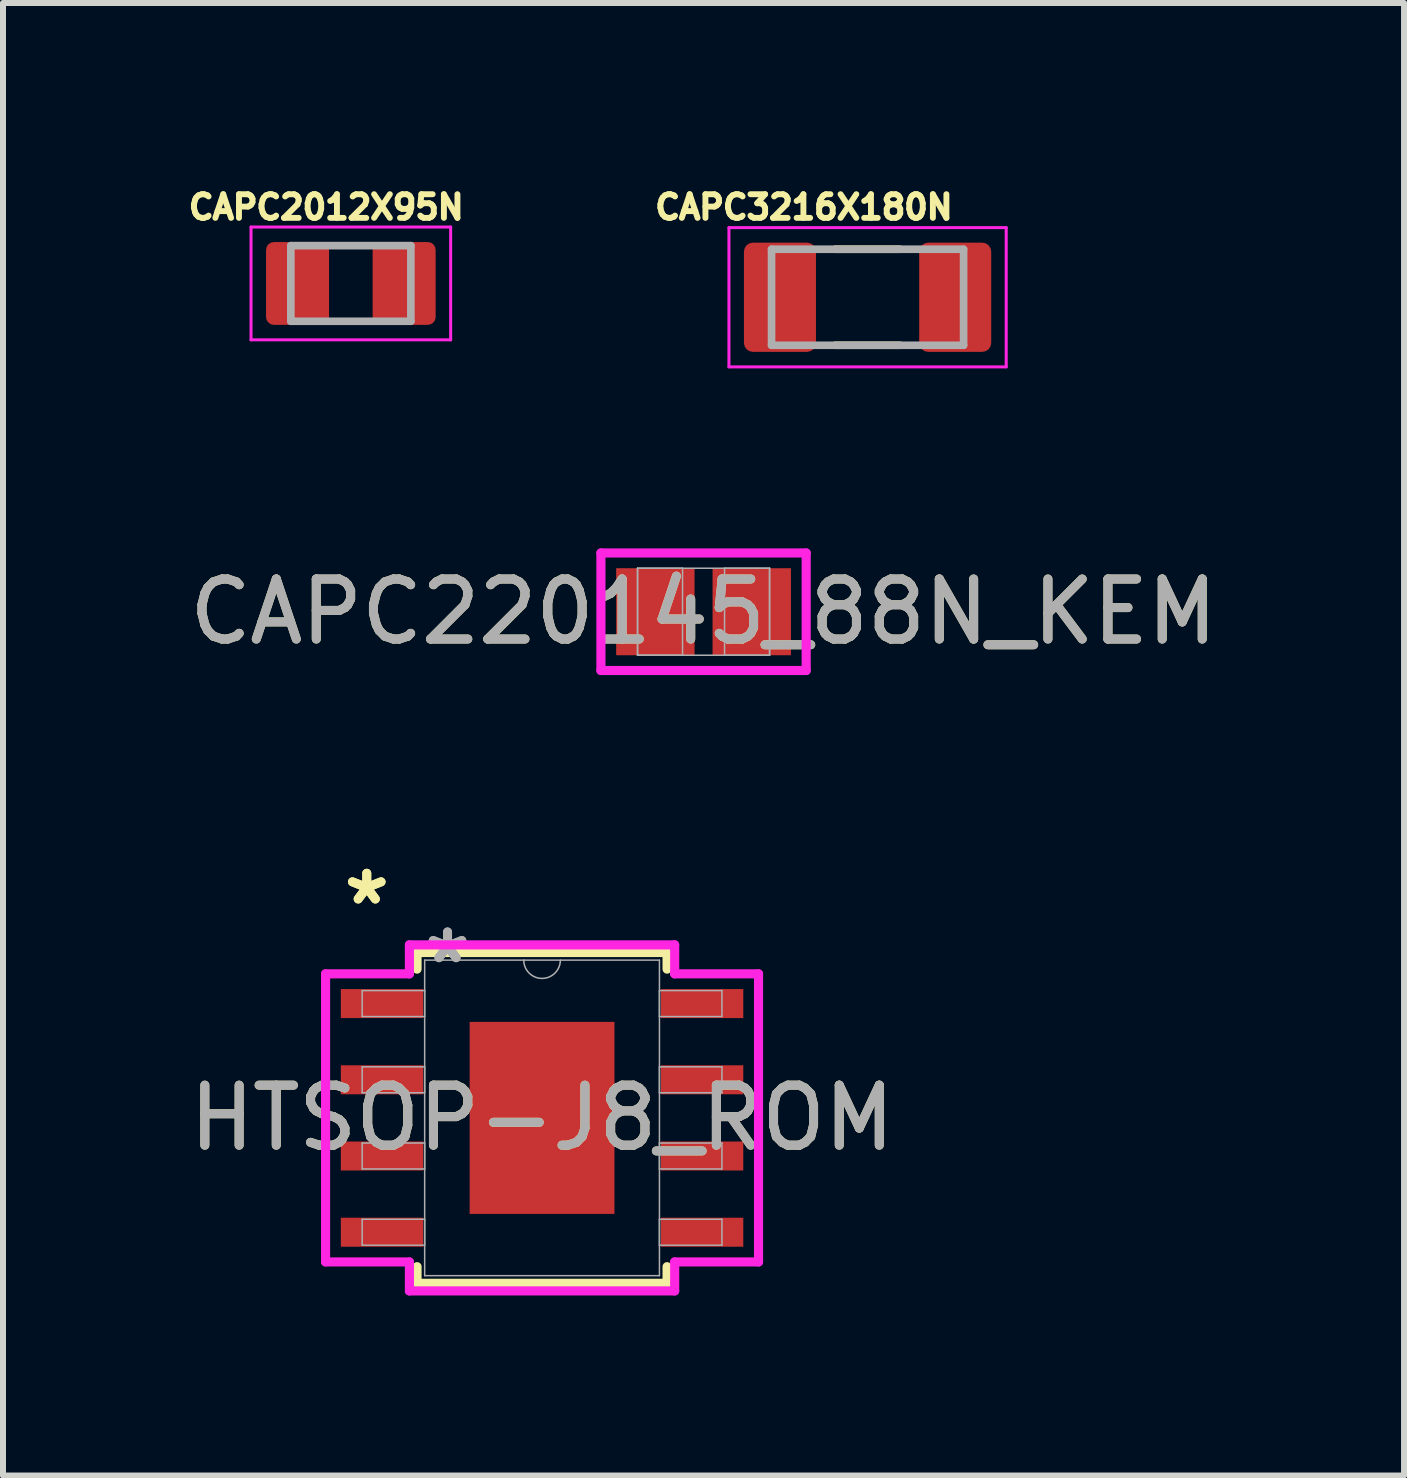
<source format=kicad_pcb>
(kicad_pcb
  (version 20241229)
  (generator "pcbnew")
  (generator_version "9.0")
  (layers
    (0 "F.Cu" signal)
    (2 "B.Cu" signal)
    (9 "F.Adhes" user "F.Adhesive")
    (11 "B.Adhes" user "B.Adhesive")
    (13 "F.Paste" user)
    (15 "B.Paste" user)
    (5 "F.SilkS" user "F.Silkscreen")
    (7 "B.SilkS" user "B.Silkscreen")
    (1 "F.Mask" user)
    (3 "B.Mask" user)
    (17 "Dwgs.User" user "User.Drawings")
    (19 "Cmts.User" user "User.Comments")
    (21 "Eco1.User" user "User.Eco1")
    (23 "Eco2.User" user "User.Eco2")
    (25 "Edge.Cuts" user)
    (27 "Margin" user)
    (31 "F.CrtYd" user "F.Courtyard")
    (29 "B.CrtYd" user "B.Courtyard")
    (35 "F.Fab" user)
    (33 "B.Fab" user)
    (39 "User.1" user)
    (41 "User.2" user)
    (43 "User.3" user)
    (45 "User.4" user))
  (footprint "CAPC3216X180N"
    (layer "F.Cu")
    (at 11.406 1.903)
    (property "Reference" "CAPC3216X180N" (at -1.06 -1.5 0) (layer "F.SilkS") (effects (font (size 0.394 0.394) (thickness 0.15))))
    (attr smd)
    (fp_line (start -0.54 -0.8) (end 0.54 -0.8) (stroke (width 0.127) (type solid)) (layer "F.SilkS"))
    (fp_line (start -0.54 0.8) (end 0.54 0.8) (stroke (width 0.127) (type solid)) (layer "F.SilkS"))
    (fp_line (start -2.31 -1.16) (end 2.31 -1.16) (stroke (width 0.05) (type solid)) (layer "F.CrtYd"))
    (fp_line (start -2.31 1.16) (end -2.31 -1.16) (stroke (width 0.05) (type solid)) (layer "F.CrtYd"))
    (fp_line (start -2.31 1.16) (end 2.31 1.16) (stroke (width 0.05) (type solid)) (layer "F.CrtYd"))
    (fp_line (start 2.31 1.16) (end 2.31 -1.16) (stroke (width 0.05) (type solid)) (layer "F.CrtYd"))
    (fp_line (start -1.6 0.8) (end -1.6 -0.8) (stroke (width 0.127) (type solid)) (layer "F.Fab"))
    (fp_line (start 1.6 -0.8) (end -1.6 -0.8) (stroke (width 0.127) (type solid)) (layer "F.Fab"))
    (fp_line (start 1.6 0.8) (end -1.6 0.8) (stroke (width 0.127) (type solid)) (layer "F.Fab"))
    (fp_line (start 1.6 0.8) (end 1.6 -0.8) (stroke (width 0.127) (type solid)) (layer "F.Fab"))
    (pad "1" smd roundrect (at -1.46 0) (size 1.2 1.82) (layers "F.Cu" "F.Mask" "F.Paste") (roundrect_rratio 0.125))
    (pad "2" smd roundrect (at 1.46 0) (size 1.2 1.82) (layers "F.Cu" "F.Mask" "F.Paste") (roundrect_rratio 0.125)))
  (footprint "CAPC2012X95N"
    (layer "F.Cu")
    (at 2.796 1.673)
    (property "Reference" "CAPC2012X95N" (at -0.41 -1.27 0) (layer "F.SilkS") (effects (font (size 0.394 0.394) (thickness 0.15))))
    (attr smd)
    (fp_line (start -1.663 -0.94) (end 1.663 -0.94) (stroke (width 0.05) (type solid)) (layer "F.CrtYd"))
    (fp_line (start -1.663 0.94) (end -1.663 -0.94) (stroke (width 0.05) (type solid)) (layer "F.CrtYd"))
    (fp_line (start -1.663 0.94) (end 1.663 0.94) (stroke (width 0.05) (type solid)) (layer "F.CrtYd"))
    (fp_line (start 1.663 0.94) (end 1.663 -0.94) (stroke (width 0.05) (type solid)) (layer "F.CrtYd"))
    (fp_line (start -1 0.63) (end -1 -0.63) (stroke (width 0.127) (type solid)) (layer "F.Fab"))
    (fp_line (start 1 -0.63) (end -1 -0.63) (stroke (width 0.127) (type solid)) (layer "F.Fab"))
    (fp_line (start 1 0.63) (end -1 0.63) (stroke (width 0.127) (type solid)) (layer "F.Fab"))
    (fp_line (start 1 0.63) (end 1 -0.63) (stroke (width 0.127) (type solid)) (layer "F.Fab"))
    (pad "1" smd roundrect (at -0.888 0) (size 1.05 1.38) (layers "F.Cu" "F.Mask" "F.Paste") (roundrect_rratio 0.125))
    (pad "2" smd roundrect (at 0.888 0) (size 1.05 1.38) (layers "F.Cu" "F.Mask" "F.Paste") (roundrect_rratio 0.125)))
  (footprint "CAPC220145_88N_KEM"
    (layer "F.Cu")
    (at 8.673 7.143)
    (property "Reference" "CAPC220145_88N_KEM" (at 0 0 0) (unlocked yes) (layer "F.SilkS") (effects (font (size 1 1) (thickness 0.15))))
    (attr smd)
    (fp_line (start -1.71 -0.979) (end 1.71 -0.979) (stroke (width 0.152) (type solid)) (layer "F.CrtYd"))
    (fp_line (start -1.71 0.979) (end -1.71 -0.979) (stroke (width 0.152) (type solid)) (layer "F.CrtYd"))
    (fp_line (start 1.71 -0.979) (end 1.71 0.979) (stroke (width 0.152) (type solid)) (layer "F.CrtYd"))
    (fp_line (start 1.71 0.979) (end -1.71 0.979) (stroke (width 0.152) (type solid)) (layer "F.CrtYd"))
    (fp_line (start -1.1 -0.725) (end -1.1 0.725) (stroke (width 0.025) (type solid)) (layer "F.Fab"))
    (fp_line (start -1.1 -0.725) (end -1.1 0.725) (stroke (width 0.025) (type solid)) (layer "F.Fab"))
    (fp_line (start -1.1 0.725) (end -0.35 0.725) (stroke (width 0.025) (type solid)) (layer "F.Fab"))
    (fp_line (start -1.1 0.725) (end 1.1 0.725) (stroke (width 0.025) (type solid)) (layer "F.Fab"))
    (fp_line (start -0.35 -0.725) (end -1.1 -0.725) (stroke (width 0.025) (type solid)) (layer "F.Fab"))
    (fp_line (start -0.35 0.725) (end -0.35 -0.725) (stroke (width 0.025) (type solid)) (layer "F.Fab"))
    (fp_line (start 0.35 -0.725) (end 0.35 0.725) (stroke (width 0.025) (type solid)) (layer "F.Fab"))
    (fp_line (start 0.35 0.725) (end 1.1 0.725) (stroke (width 0.025) (type solid)) (layer "F.Fab"))
    (fp_line (start 1.1 -0.725) (end -1.1 -0.725) (stroke (width 0.025) (type solid)) (layer "F.Fab"))
    (fp_line (start 1.1 -0.725) (end 0.35 -0.725) (stroke (width 0.025) (type solid)) (layer "F.Fab"))
    (fp_line (start 1.1 0.725) (end 1.1 -0.725) (stroke (width 0.025) (type solid)) (layer "F.Fab"))
    (fp_line (start 1.1 0.725) (end 1.1 -0.725) (stroke (width 0.025) (type solid)) (layer "F.Fab"))
    (fp_text user "${REFERENCE}" (at 0 0 0) (unlocked yes) (layer "F.Fab") (effects (font (size 1 1) (thickness 0.15))))
    (pad "1" smd rect (at -0.803 0) (size 1.306 1.45) (layers "F.Cu" "F.Mask" "F.Paste"))
    (pad "2" smd rect (at 0.803 0) (size 1.306 1.45) (layers "F.Cu" "F.Mask" "F.Paste"))
    (zone (net_name "") (layer "F.Cu") (hatch full 0.508) (connect_pads) (min_thickness 0.254) (filled_areas_thickness no) (keepout (tracks not_allowed) (vias not_allowed) (pads allowed) (copperpour not_allowed) (footprints allowed)) (placement (enabled no)) (fill) (polygon (pts (xy 8.573 6.469) (xy 8.772 6.469) (xy 8.772 7.817) (xy 8.573 7.817)))))
  (footprint "HTSOP-J8_ROM"
    (layer "F.Cu")
    (at 5.982 15.577)
    (property "Reference" "HTSOP-J8_ROM" (at 0 0 0) (unlocked yes) (layer "F.SilkS") (effects (font (size 1 1) (thickness 0.15))))
    (attr smd)
    (fp_line (start -2.083 -2.756) (end -2.083 -2.479) (stroke (width 0.152) (type solid)) (layer "F.SilkS"))
    (fp_line (start -2.083 2.479) (end -2.083 2.756) (stroke (width 0.152) (type solid)) (layer "F.SilkS"))
    (fp_line (start -2.083 2.756) (end 2.083 2.756) (stroke (width 0.152) (type solid)) (layer "F.SilkS"))
    (fp_line (start 2.083 -2.756) (end -2.083 -2.756) (stroke (width 0.152) (type solid)) (layer "F.SilkS"))
    (fp_line (start 2.083 -2.479) (end 2.083 -2.756) (stroke (width 0.152) (type solid)) (layer "F.SilkS"))
    (fp_line (start 2.083 2.756) (end 2.083 2.479) (stroke (width 0.152) (type solid)) (layer "F.SilkS"))
    (fp_poly (pts (xy -1.107 -1.5) (xy -1.107 -0.1) (xy 1.107 -0.1) (xy 1.107 -1.5)) (stroke (width 0) (type solid)) (fill yes) (layer "F.Paste"))
    (fp_poly (pts (xy -1.107 0.1) (xy -1.107 1.5) (xy 1.107 1.5) (xy 1.107 0.1)) (stroke (width 0) (type solid)) (fill yes) (layer "F.Paste"))
    (fp_line (start -3.607 -2.4) (end -2.21 -2.4) (stroke (width 0.152) (type solid)) (layer "F.CrtYd"))
    (fp_line (start -3.607 2.4) (end -3.607 -2.4) (stroke (width 0.152) (type solid)) (layer "F.CrtYd"))
    (fp_line (start -3.607 2.4) (end -2.21 2.4) (stroke (width 0.152) (type solid)) (layer "F.CrtYd"))
    (fp_line (start -2.21 -2.883) (end 2.21 -2.883) (stroke (width 0.152) (type solid)) (layer "F.CrtYd"))
    (fp_line (start -2.21 -2.4) (end -2.21 -2.883) (stroke (width 0.152) (type solid)) (layer "F.CrtYd"))
    (fp_line (start -2.21 2.883) (end -2.21 2.4) (stroke (width 0.152) (type solid)) (layer "F.CrtYd"))
    (fp_line (start 2.21 -2.883) (end 2.21 -2.4) (stroke (width 0.152) (type solid)) (layer "F.CrtYd"))
    (fp_line (start 2.21 2.4) (end 2.21 2.883) (stroke (width 0.152) (type solid)) (layer "F.CrtYd"))
    (fp_line (start 2.21 2.883) (end -2.21 2.883) (stroke (width 0.152) (type solid)) (layer "F.CrtYd"))
    (fp_line (start 3.607 -2.4) (end 2.21 -2.4) (stroke (width 0.152) (type solid)) (layer "F.CrtYd"))
    (fp_line (start 3.607 -2.4) (end 3.607 2.4) (stroke (width 0.152) (type solid)) (layer "F.CrtYd"))
    (fp_line (start 3.607 2.4) (end 2.21 2.4) (stroke (width 0.152) (type solid)) (layer "F.CrtYd"))
    (fp_line (start -2.997 -2.121) (end -2.997 -1.689) (stroke (width 0.025) (type solid)) (layer "F.Fab"))
    (fp_line (start -2.997 -1.689) (end -1.956 -1.689) (stroke (width 0.025) (type solid)) (layer "F.Fab"))
    (fp_line (start -2.997 -0.851) (end -2.997 -0.419) (stroke (width 0.025) (type solid)) (layer "F.Fab"))
    (fp_line (start -2.997 -0.419) (end -1.956 -0.419) (stroke (width 0.025) (type solid)) (layer "F.Fab"))
    (fp_line (start -2.997 0.419) (end -2.997 0.851) (stroke (width 0.025) (type solid)) (layer "F.Fab"))
    (fp_line (start -2.997 0.851) (end -1.956 0.851) (stroke (width 0.025) (type solid)) (layer "F.Fab"))
    (fp_line (start -2.997 1.689) (end -2.997 2.121) (stroke (width 0.025) (type solid)) (layer "F.Fab"))
    (fp_line (start -2.997 2.121) (end -1.956 2.121) (stroke (width 0.025) (type solid)) (layer "F.Fab"))
    (fp_line (start -1.956 -2.629) (end -1.956 2.629) (stroke (width 0.025) (type solid)) (layer "F.Fab"))
    (fp_line (start -1.956 -2.121) (end -2.997 -2.121) (stroke (width 0.025) (type solid)) (layer "F.Fab"))
    (fp_line (start -1.956 -1.689) (end -1.956 -2.121) (stroke (width 0.025) (type solid)) (layer "F.Fab"))
    (fp_line (start -1.956 -0.851) (end -2.997 -0.851) (stroke (width 0.025) (type solid)) (layer "F.Fab"))
    (fp_line (start -1.956 -0.419) (end -1.956 -0.851) (stroke (width 0.025) (type solid)) (layer "F.Fab"))
    (fp_line (start -1.956 0.419) (end -2.997 0.419) (stroke (width 0.025) (type solid)) (layer "F.Fab"))
    (fp_line (start -1.956 0.851) (end -1.956 0.419) (stroke (width 0.025) (type solid)) (layer "F.Fab"))
    (fp_line (start -1.956 1.689) (end -2.997 1.689) (stroke (width 0.025) (type solid)) (layer "F.Fab"))
    (fp_line (start -1.956 2.121) (end -1.956 1.689) (stroke (width 0.025) (type solid)) (layer "F.Fab"))
    (fp_line (start -1.956 2.629) (end 1.956 2.629) (stroke (width 0.025) (type solid)) (layer "F.Fab"))
    (fp_line (start 1.956 -2.629) (end -1.956 -2.629) (stroke (width 0.025) (type solid)) (layer "F.Fab"))
    (fp_line (start 1.956 -2.121) (end 1.956 -1.689) (stroke (width 0.025) (type solid)) (layer "F.Fab"))
    (fp_line (start 1.956 -1.689) (end 2.997 -1.689) (stroke (width 0.025) (type solid)) (layer "F.Fab"))
    (fp_line (start 1.956 -0.851) (end 1.956 -0.419) (stroke (width 0.025) (type solid)) (layer "F.Fab"))
    (fp_line (start 1.956 -0.419) (end 2.997 -0.419) (stroke (width 0.025) (type solid)) (layer "F.Fab"))
    (fp_line (start 1.956 0.419) (end 1.956 0.851) (stroke (width 0.025) (type solid)) (layer "F.Fab"))
    (fp_line (start 1.956 0.851) (end 2.997 0.851) (stroke (width 0.025) (type solid)) (layer "F.Fab"))
    (fp_line (start 1.956 1.689) (end 1.956 2.121) (stroke (width 0.025) (type solid)) (layer "F.Fab"))
    (fp_line (start 1.956 2.121) (end 2.997 2.121) (stroke (width 0.025) (type solid)) (layer "F.Fab"))
    (fp_line (start 1.956 2.629) (end 1.956 -2.629) (stroke (width 0.025) (type solid)) (layer "F.Fab"))
    (fp_line (start 2.997 -2.121) (end 1.956 -2.121) (stroke (width 0.025) (type solid)) (layer "F.Fab"))
    (fp_line (start 2.997 -1.689) (end 2.997 -2.121) (stroke (width 0.025) (type solid)) (layer "F.Fab"))
    (fp_line (start 2.997 -0.851) (end 1.956 -0.851) (stroke (width 0.025) (type solid)) (layer "F.Fab"))
    (fp_line (start 2.997 -0.419) (end 2.997 -0.851) (stroke (width 0.025) (type solid)) (layer "F.Fab"))
    (fp_line (start 2.997 0.419) (end 1.956 0.419) (stroke (width 0.025) (type solid)) (layer "F.Fab"))
    (fp_line (start 2.997 0.851) (end 2.997 0.419) (stroke (width 0.025) (type solid)) (layer "F.Fab"))
    (fp_line (start 2.997 1.689) (end 1.956 1.689) (stroke (width 0.025) (type solid)) (layer "F.Fab"))
    (fp_line (start 2.997 2.121) (end 2.997 1.689) (stroke (width 0.025) (type solid)) (layer "F.Fab"))
    (fp_arc (start 0.3048 -2.6289) (mid 0 -2.3241) (end -0.3048 -2.6289) (stroke (width 0.0254) (type solid)) (layer "F.Fab"))
    (fp_text user "*" (at -2.921 -3.531 0) (layer "F.SilkS") (effects (font (size 1 1) (thickness 0.15))))
    (fp_text user "*" (at -2.921 -3.531 0) (unlocked yes) (layer "F.SilkS") (effects (font (size 1 1) (thickness 0.15))))
    (fp_text user "*" (at -1.575 -2.553 0) (unlocked yes) (layer "F.Fab") (effects (font (size 1 1) (thickness 0.15))))
    (fp_text user "${REFERENCE}" (at 0 0 0) (unlocked yes) (layer "F.Fab") (effects (font (size 1 1) (thickness 0.15))))
    (fp_text user "*" (at -1.575 -2.553 0) (layer "F.Fab") (effects (font (size 1 1) (thickness 0.15))))
    (pad "1" smd rect (at -2.667 -1.905) (size 1.372 0.483) (layers "F.Cu" "F.Mask" "F.Paste"))
    (pad "2" smd rect (at -2.667 -0.635) (size 1.372 0.483) (layers "F.Cu" "F.Mask" "F.Paste"))
    (pad "3" smd rect (at -2.667 0.635) (size 1.372 0.483) (layers "F.Cu" "F.Mask" "F.Paste"))
    (pad "4" smd rect (at -2.667 1.905) (size 1.372 0.483) (layers "F.Cu" "F.Mask" "F.Paste"))
    (pad "5" smd rect (at 2.667 1.905) (size 1.372 0.483) (layers "F.Cu" "F.Mask" "F.Paste"))
    (pad "6" smd rect (at 2.667 0.635) (size 1.372 0.483) (layers "F.Cu" "F.Mask" "F.Paste"))
    (pad "7" smd rect (at 2.667 -0.635) (size 1.372 0.483) (layers "F.Cu" "F.Mask" "F.Paste"))
    (pad "8" smd rect (at 2.667 -1.905) (size 1.372 0.483) (layers "F.Cu" "F.Mask" "F.Paste"))
    (pad "EPAD" smd rect (at 0 0) (size 2.413 3.2) (layers "F.Cu" "F.Mask")))
  (gr_rect
    (start -3 -3)
    (end 20.345 21.536)
    (stroke (width 0.1) (type default))
    (fill no)
    (layer "Edge.Cuts")))
</source>
